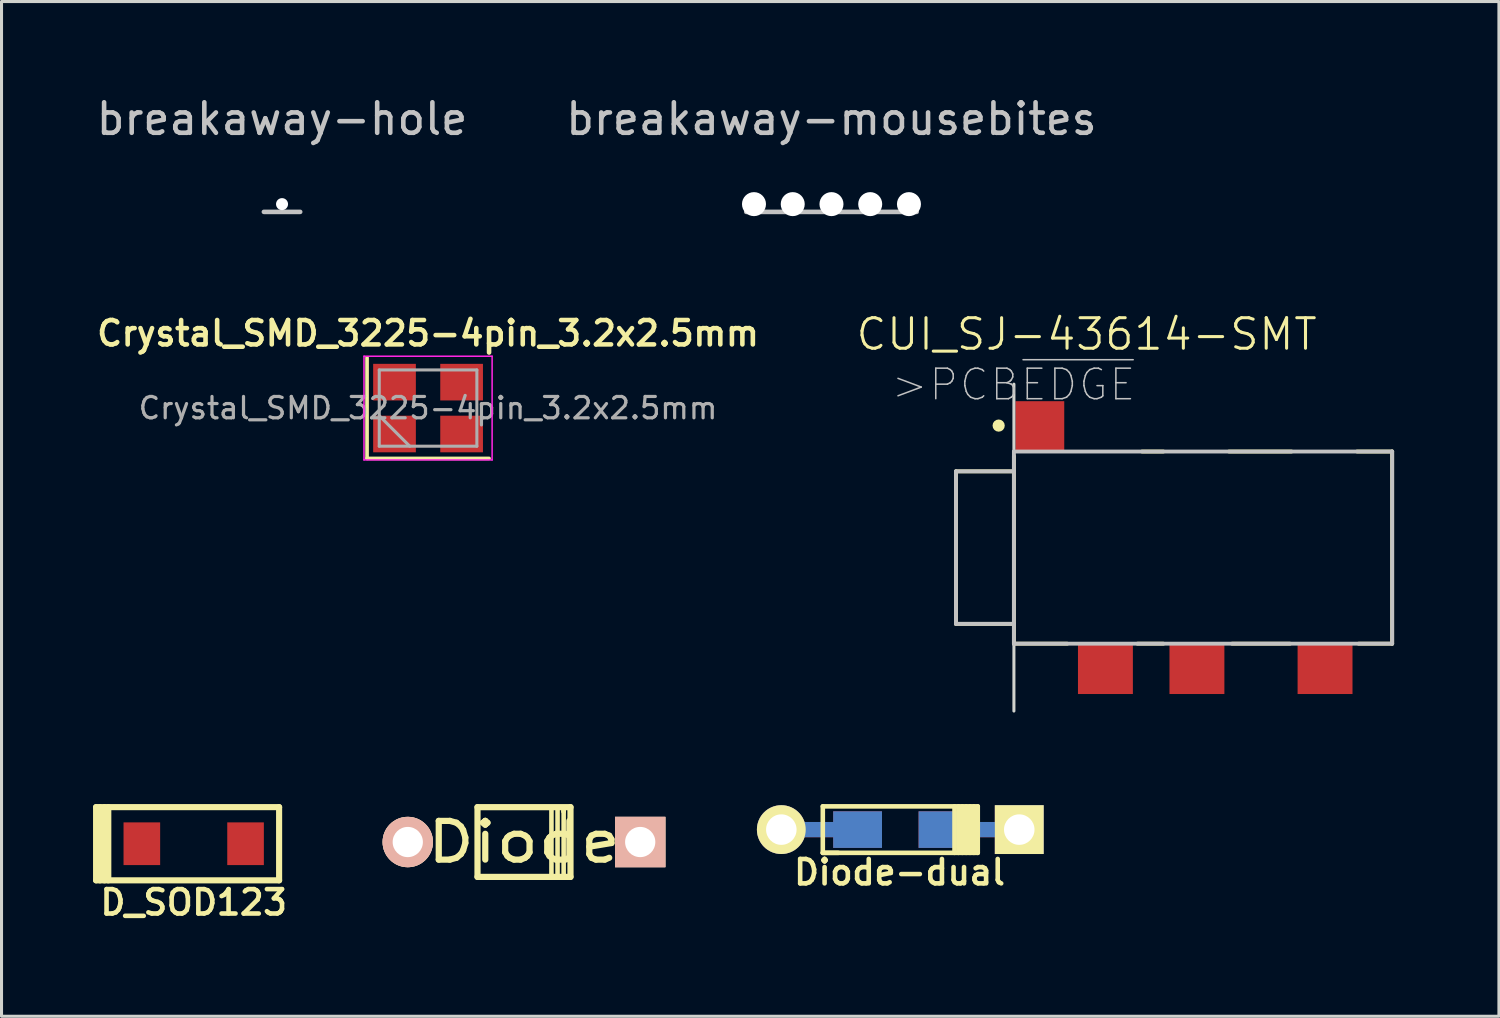
<source format=kicad_pcb>
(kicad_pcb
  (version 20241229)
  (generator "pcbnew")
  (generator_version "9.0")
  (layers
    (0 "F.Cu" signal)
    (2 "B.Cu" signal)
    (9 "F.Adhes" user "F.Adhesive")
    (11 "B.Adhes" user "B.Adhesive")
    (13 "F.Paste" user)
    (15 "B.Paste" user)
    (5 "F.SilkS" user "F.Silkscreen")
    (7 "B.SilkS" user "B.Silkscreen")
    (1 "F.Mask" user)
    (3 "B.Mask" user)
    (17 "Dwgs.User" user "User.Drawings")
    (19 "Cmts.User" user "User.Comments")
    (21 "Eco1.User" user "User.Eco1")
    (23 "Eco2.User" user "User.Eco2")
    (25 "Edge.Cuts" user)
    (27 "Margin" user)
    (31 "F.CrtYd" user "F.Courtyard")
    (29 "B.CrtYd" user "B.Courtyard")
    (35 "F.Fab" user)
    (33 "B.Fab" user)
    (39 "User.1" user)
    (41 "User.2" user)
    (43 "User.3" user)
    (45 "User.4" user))
  (footprint "D_SOD123"
    (layer "F.Cu")
    (at 3.3 24.61)
    (property "Reference" "D_SOD123" (at 0 1.925 0) (layer "F.SilkS") (effects (font (size 0.8 0.8) (thickness 0.15))))
    (attr smd)
    (fp_line (start -3.2 -1.2) (end 2.8 -1.2) (stroke (width 0.2) (type solid)) (layer "F.SilkS"))
    (fp_line (start -3.2 1.2) (end -3.2 -1.2) (stroke (width 0.2) (type solid)) (layer "F.SilkS"))
    (fp_line (start -3.075 1.2) (end -3.075 -1.2) (stroke (width 0.2) (type solid)) (layer "F.SilkS"))
    (fp_line (start -2.925 -1.2) (end -2.925 1.2) (stroke (width 0.2) (type solid)) (layer "F.SilkS"))
    (fp_line (start -2.8 -1.2) (end -2.8 1.2) (stroke (width 0.2) (type solid)) (layer "F.SilkS"))
    (fp_line (start 2.8 -1.2) (end 2.8 1.2) (stroke (width 0.2) (type solid)) (layer "F.SilkS"))
    (fp_line (start 2.8 1.2) (end -3.2 1.2) (stroke (width 0.2) (type solid)) (layer "F.SilkS"))
    (pad "1" smd rect (at -1.7 0) (size 1.2 1.4) (layers "F.Cu" "F.Mask" "F.Paste"))
    (pad "2" smd rect (at 1.7 0) (size 1.2 1.4) (layers "F.Cu" "F.Mask" "F.Paste")))
  (footprint "Crystal_SMD_3225-4pin_3.2x2.5mm"
    (layer "F.Cu")
    (at 10.983 10.328)
    (property "Reference" "Crystal_SMD_3225-4pin_3.2x2.5mm" (at 0 -2.45 0) (layer "F.SilkS") (effects (font (size 0.8 0.8) (thickness 0.15))))
    (attr smd)
    (fp_line (start -2 -1.65) (end -2 1.65) (stroke (width 0.12) (type solid)) (layer "F.SilkS"))
    (fp_line (start -2 1.65) (end 2 1.65) (stroke (width 0.12) (type solid)) (layer "F.SilkS"))
    (fp_line (start -2.1 -1.7) (end -2.1 1.7) (stroke (width 0.05) (type solid)) (layer "F.CrtYd"))
    (fp_line (start -2.1 1.7) (end 2.1 1.7) (stroke (width 0.05) (type solid)) (layer "F.CrtYd"))
    (fp_line (start 2.1 -1.7) (end -2.1 -1.7) (stroke (width 0.05) (type solid)) (layer "F.CrtYd"))
    (fp_line (start 2.1 1.7) (end 2.1 -1.7) (stroke (width 0.05) (type solid)) (layer "F.CrtYd"))
    (fp_line (start -1.6 -1.25) (end -1.6 1.25) (stroke (width 0.1) (type solid)) (layer "F.Fab"))
    (fp_line (start -1.6 0.25) (end -0.6 1.25) (stroke (width 0.1) (type solid)) (layer "F.Fab"))
    (fp_line (start -1.6 1.25) (end 1.6 1.25) (stroke (width 0.1) (type solid)) (layer "F.Fab"))
    (fp_line (start 1.6 -1.25) (end -1.6 -1.25) (stroke (width 0.1) (type solid)) (layer "F.Fab"))
    (fp_line (start 1.6 1.25) (end 1.6 -1.25) (stroke (width 0.1) (type solid)) (layer "F.Fab"))
    (fp_text user "${REFERENCE}" (at 0 0 0) (layer "F.Fab") (effects (font (size 0.7 0.7) (thickness 0.105))))
    (pad "1" smd rect (at -1.1 0.85) (size 1.4 1.2) (layers "F.Cu" "F.Mask" "F.Paste"))
    (pad "2" smd rect (at 1.1 0.85) (size 1.4 1.2) (layers "F.Cu" "F.Mask" "F.Paste"))
    (pad "3" smd rect (at 1.1 -0.85) (size 1.4 1.2) (layers "F.Cu" "F.Mask" "F.Paste"))
    (pad "4" smd rect (at -1.1 -0.85) (size 1.4 1.2) (layers "F.Cu" "F.Mask" "F.Paste")))
  (footprint "CUI_SJ-43614-SMT"
    (layer "F.Cu")
    (at 36.389 14.902)
    (property "Reference" "CUI_SJ-43614-SMT" (at -3.815 -6.994 0) (layer "F.SilkS") (effects (font (size 1.001 1.001) (thickness 0.1))))
    (attr smd)
    (fp_line (start -8.1 -2.5) (end -8.1 2.5) (stroke (width 0.127) (type solid)) (layer "F.SilkS"))
    (fp_line (start -8.1 2.5) (end -6.2 2.5) (stroke (width 0.127) (type solid)) (layer "F.SilkS"))
    (fp_line (start -6.2 -3) (end -6.2 -2.5) (stroke (width 0.127) (type solid)) (layer "F.SilkS"))
    (fp_line (start -6.2 -2.5) (end -8.1 -2.5) (stroke (width 0.127) (type solid)) (layer "F.SilkS"))
    (fp_line (start -6.2 -2.5) (end -6.2 2.5) (stroke (width 0.127) (type solid)) (layer "F.SilkS"))
    (fp_line (start -6.2 2.5) (end -6.2 3.15) (stroke (width 0.127) (type solid)) (layer "F.SilkS"))
    (fp_line (start -6.2 3.15) (end -4.45 3.15) (stroke (width 0.127) (type solid)) (layer "F.SilkS"))
    (fp_line (start -2.15 3.15) (end -1.3 3.15) (stroke (width 0.127) (type solid)) (layer "F.SilkS"))
    (fp_line (start -2 -3.15) (end -1.3 -3.15) (stroke (width 0.127) (type solid)) (layer "F.SilkS"))
    (fp_line (start 0.95 3.15) (end 2.85 3.15) (stroke (width 0.127) (type solid)) (layer "F.SilkS"))
    (fp_line (start 2.9 -3.15) (end 0.85 -3.15) (stroke (width 0.127) (type solid)) (layer "F.SilkS"))
    (fp_line (start 5.05 -3.15) (end 6.2 -3.15) (stroke (width 0.127) (type solid)) (layer "F.SilkS"))
    (fp_line (start 6.2 -3.15) (end 6.2 3.15) (stroke (width 0.127) (type solid)) (layer "F.SilkS"))
    (fp_line (start 6.2 3.15) (end 5.1 3.15) (stroke (width 0.127) (type solid)) (layer "F.SilkS"))
    (fp_circle (center -6.7 -4) (end -6.6 -4) (stroke (width 0.2) (type solid)) (fill no) (layer "F.SilkS"))
    (fp_line (start -8.1 -2.5) (end -8.1 2.5) (stroke (width 0.127) (type solid)) (layer "Dwgs.User"))
    (fp_line (start -8.1 2.5) (end -6.2 2.5) (stroke (width 0.127) (type solid)) (layer "Dwgs.User"))
    (fp_line (start -6.2 -3.15) (end 6.2 -3.15) (stroke (width 0.127) (type solid)) (layer "Dwgs.User"))
    (fp_line (start -6.2 -2.5) (end -8.1 -2.5) (stroke (width 0.127) (type solid)) (layer "Dwgs.User"))
    (fp_line (start -6.2 -2.5) (end -6.2 -3.15) (stroke (width 0.127) (type solid)) (layer "Dwgs.User"))
    (fp_line (start -6.2 2.5) (end -6.2 -2.5) (stroke (width 0.127) (type solid)) (layer "Dwgs.User"))
    (fp_line (start -6.2 3.15) (end -6.2 2.5) (stroke (width 0.127) (type solid)) (layer "Dwgs.User"))
    (fp_line (start 6.2 -3.15) (end 6.2 3.15) (stroke (width 0.127) (type solid)) (layer "Dwgs.User"))
    (fp_line (start 6.2 3.15) (end -6.2 3.15) (stroke (width 0.127) (type solid)) (layer "Dwgs.User"))
    (fp_line (start -8.45 -2.75) (end -8.45 2.75) (stroke (width 0.05) (type solid)) (layer "Eco1.User"))
    (fp_line (start -8.45 -2.75) (end -6.45 -2.75) (stroke (width 0.05) (type solid)) (layer "Eco1.User"))
    (fp_line (start -6.45 -5) (end 5.05 -5) (stroke (width 0.05) (type solid)) (layer "Eco1.User"))
    (fp_line (start -6.45 -2.75) (end -6.45 -5) (stroke (width 0.05) (type solid)) (layer "Eco1.User"))
    (fp_line (start -6.45 2.75) (end -8.45 2.75) (stroke (width 0.05) (type solid)) (layer "Eco1.User"))
    (fp_line (start -6.45 3.5) (end -6.45 2.75) (stroke (width 0.05) (type solid)) (layer "Eco1.User"))
    (fp_line (start -4.2 3.5) (end -6.45 3.5) (stroke (width 0.05) (type solid)) (layer "Eco1.User"))
    (fp_line (start -4.2 5) (end -4.2 3.5) (stroke (width 0.05) (type solid)) (layer "Eco1.User"))
    (fp_line (start 5.05 -5) (end 5.05 -3.5) (stroke (width 0.05) (type solid)) (layer "Eco1.User"))
    (fp_line (start 5.05 -3.5) (end 6.55 -3.5) (stroke (width 0.05) (type solid)) (layer "Eco1.User"))
    (fp_line (start 5.05 3.5) (end 5.05 5) (stroke (width 0.05) (type solid)) (layer "Eco1.User"))
    (fp_line (start 5.05 5) (end -4.2 5) (stroke (width 0.05) (type solid)) (layer "Eco1.User"))
    (fp_line (start 6.55 -3.5) (end 6.55 3.5) (stroke (width 0.05) (type solid)) (layer "Eco1.User"))
    (fp_line (start 6.55 3.5) (end 5.05 3.5) (stroke (width 0.05) (type solid)) (layer "Eco1.User"))
    (fp_line (start -6.2 -3.15) (end -6.2 -5.358) (stroke (width 0.1) (type solid)) (layer "Edge.Cuts"))
    (fp_line (start -6.2 -3.15) (end 1.3 -3.15) (stroke (width 0.0001) (type solid)) (layer "Edge.Cuts"))
    (fp_line (start -6.2 3.15) (end -6.2 5.358) (stroke (width 0.1) (type solid)) (layer "Edge.Cuts"))
    (fp_line (start -6.2 3.15) (end 1.3 3.15) (stroke (width 0.0001) (type solid)) (layer "Edge.Cuts"))
    (fp_line (start 1.3 -3.15) (end 1.3 -3.6) (stroke (width 0.0001) (type solid)) (layer "Edge.Cuts"))
    (fp_line (start 1.3 3.15) (end 1.3 3.6) (stroke (width 0.0001) (type solid)) (layer "Edge.Cuts"))
    (fp_line (start 2.5 -3.15) (end 2.5 -3.6) (stroke (width 0.0001) (type solid)) (layer "Edge.Cuts"))
    (fp_line (start 2.5 -3.15) (end 6.2 -3.15) (stroke (width 0.0001) (type solid)) (layer "Edge.Cuts"))
    (fp_line (start 2.5 3.15) (end 2.5 3.6) (stroke (width 0.0001) (type solid)) (layer "Edge.Cuts"))
    (fp_line (start 6.2 -2.15) (end 6.2 2.15) (stroke (width 0.0001) (type solid)) (layer "Edge.Cuts"))
    (fp_line (start 6.2 3.15) (end 2.5 3.15) (stroke (width 0.0001) (type solid)) (layer "Edge.Cuts"))
    (fp_arc (start 1.3 -3.6) (mid 1.475736 -4.024264) (end 1.9 -4.2) (stroke (width 0.0001) (type solid)) (layer "Edge.Cuts"))
    (fp_arc (start 1.9 -4.2) (mid 2.324264 -4.024264) (end 2.5 -3.6) (stroke (width 0.0001) (type solid)) (layer "Edge.Cuts"))
    (fp_arc (start 1.9 4.2) (mid 1.475736 4.024264) (end 1.3 3.6) (stroke (width 0.0001) (type solid)) (layer "Edge.Cuts"))
    (fp_arc (start 2.5 3.6) (mid 2.324264 4.024264) (end 1.9 4.2) (stroke (width 0.0001) (type solid)) (layer "Edge.Cuts"))
    (fp_arc (start 6.2 -3.15) (mid 6.553553 -3.003553) (end 6.7 -2.65) (stroke (width 0.0001) (type solid)) (layer "Edge.Cuts"))
    (fp_arc (start 6.2 2.15) (mid 6.553553 2.296447) (end 6.7 2.65) (stroke (width 0.0001) (type solid)) (layer "Edge.Cuts"))
    (fp_arc (start 6.7 -2.65) (mid 6.553553 -2.296447) (end 6.2 -2.15) (stroke (width 0.0001) (type solid)) (layer "Edge.Cuts"))
    (fp_arc (start 6.7 2.65) (mid 6.553553 3.003553) (end 6.2 3.15) (stroke (width 0.0001) (type solid)) (layer "Edge.Cuts"))
    (fp_text user ">PCB~{EDGE}" (at -6.214 -5.342 0) (layer "Dwgs.User") (effects (font (size 1 1) (thickness 0.05))))
    (pad "1" smd rect (at -5.35 -3.975 180) (size 1.6 1.65) (layers "F.Cu" "F.Mask" "F.Paste"))
    (pad "2" smd rect (at 4 3.975 180) (size 1.8 1.65) (layers "F.Cu" "F.Mask" "F.Paste"))
    (pad "3" smd rect (at -0.2 3.975 180) (size 1.8 1.65) (layers "F.Cu" "F.Mask" "F.Paste"))
    (pad "4" smd rect (at -3.2 3.975 180) (size 1.8 1.65) (layers "F.Cu" "F.Mask" "F.Paste")))
  (footprint "Diode-dual"
    (layer "F.Cu")
    (at 26.464 24.147)
    (property "Reference" "Diode-dual" (at -0.025 1.4 0) (layer "F.SilkS") (effects (font (size 0.8 0.8) (thickness 0.15))))
    (attr smd)
    (fp_line (start -2.54 -0.762) (end -2.54 0.762) (stroke (width 0.15) (type solid)) (layer "F.SilkS"))
    (fp_line (start -2.54 0.762) (end -2.032 0.762) (stroke (width 0.15) (type solid)) (layer "F.SilkS"))
    (fp_line (start -2.54 0.762) (end 2.54 0.762) (stroke (width 0.15) (type solid)) (layer "F.SilkS"))
    (fp_line (start 1.778 0.762) (end 1.778 -0.762) (stroke (width 0.15) (type solid)) (layer "F.SilkS"))
    (fp_line (start 1.905 0.762) (end 1.905 -0.762) (stroke (width 0.15) (type solid)) (layer "F.SilkS"))
    (fp_line (start 2.032 -0.762) (end 2.032 0.762) (stroke (width 0.15) (type solid)) (layer "F.SilkS"))
    (fp_line (start 2.159 0.762) (end 2.159 -0.762) (stroke (width 0.15) (type solid)) (layer "F.SilkS"))
    (fp_line (start 2.286 -0.762) (end 2.286 0.762) (stroke (width 0.15) (type solid)) (layer "F.SilkS"))
    (fp_line (start 2.413 0.762) (end 2.413 -0.762) (stroke (width 0.15) (type solid)) (layer "F.SilkS"))
    (fp_line (start 2.54 -0.762) (end -2.54 -0.762) (stroke (width 0.15) (type solid)) (layer "F.SilkS"))
    (fp_line (start 2.54 0.762) (end 2.54 -0.762) (stroke (width 0.15) (type solid)) (layer "F.SilkS"))
    (pad "1" smd rect (at 1.4 0) (size 1.6 1.2) (layers "F.Cu" "F.Mask" "F.Paste"))
    (pad "1" smd rect (at 1.4 0) (size 1.6 1.2) (layers "B.Cu" "B.Mask" "B.Paste"))
    (pad "1" smd rect (at 2.5 0) (size 2.9 0.5) (layers "F.Cu"))
    (pad "1" smd rect (at 2.5 0) (size 2.9 0.5) (layers "B.Cu"))
    (pad "1" thru_hole rect (at 3.9 0) (size 1.6 1.6) (drill 1) (layers "*.Cu" "*.Mask" "F.SilkS"))
    (pad "2" thru_hole circle (at -3.9 0) (size 1.6 1.6) (drill 1) (layers "*.Cu" "*.Mask" "F.SilkS"))
    (pad "2" smd rect (at -2.5 0) (size 2.9 0.5) (layers "F.Cu"))
    (pad "2" smd rect (at -2.5 0) (size 2.9 0.5) (layers "B.Cu"))
    (pad "2" smd rect (at -1.4 0) (size 1.6 1.2) (layers "F.Cu" "F.Mask" "F.Paste"))
    (pad "2" smd rect (at -1.4 0) (size 1.6 1.2) (layers "B.Cu" "B.Mask" "B.Paste")))
  (footprint "breakaway-hole"
    (layer "F.Cu")
    (at 6.196 3.896)
    (property "Reference" "breakaway-hole" (at 0 -3.048 0) (layer "Dwgs.User") (effects (font (size 1 1) (thickness 0.15))))
    (attr through_hole)
    (fp_line (start -0.595 0) (end 0.595 0) (stroke (width 0.15) (type solid)) (layer "Dwgs.User"))
    (pad "" np_thru_hole circle (at 0 -0.254) (size 0.394 0.394) (drill 0.394) (layers "*.Cu" "*.Mask")))
  (footprint "breakaway-mousebites"
    (layer "F.Cu")
    (at 24.208 3.896)
    (property "Reference" "breakaway-mousebites" (at 0 -3.048 0) (layer "Dwgs.User") (effects (font (size 1 1) (thickness 0.15))))
    (attr through_hole)
    (fp_line (start -2.794 0) (end 2.794 0) (stroke (width 0.15) (type solid)) (layer "Dwgs.User"))
    (pad "" np_thru_hole circle (at -2.54 -0.254) (size 0.787 0.787) (drill 0.787) (layers "*.Cu" "*.Mask"))
    (pad "" np_thru_hole circle (at -1.27 -0.254) (size 0.787 0.787) (drill 0.787) (layers "*.Cu" "*.Mask"))
    (pad "" np_thru_hole circle (at 0 -0.254) (size 0.787 0.787) (drill 0.787) (layers "*.Cu" "*.Mask"))
    (pad "" np_thru_hole circle (at 1.27 -0.254) (size 0.787 0.787) (drill 0.787) (layers "*.Cu" "*.Mask"))
    (pad "" np_thru_hole circle (at 2.54 -0.254) (size 0.787 0.787) (drill 0.787) (layers "*.Cu" "*.Mask")))
  (footprint "Diode"
    (layer "F.Cu")
    (at 14.128 24.554)
    (property "Reference" "Diode" (at 0 0 0) (layer "F.SilkS") (effects (font (size 1.27 1.524) (thickness 0.203))))
    (attr through_hole)
    (fp_line (start -1.524 -1.143) (end 1.524 -1.143) (stroke (width 0.203) (type solid)) (layer "F.SilkS"))
    (fp_line (start -1.524 1.143) (end -1.524 -1.143) (stroke (width 0.203) (type solid)) (layer "F.SilkS"))
    (fp_line (start 0.9 1.1) (end 0.9 -1.1) (stroke (width 0.15) (type solid)) (layer "F.SilkS"))
    (fp_line (start 1.1 -1.1) (end 1.1 1.1) (stroke (width 0.15) (type solid)) (layer "F.SilkS"))
    (fp_line (start 1.3 -1.1) (end 1.3 -1) (stroke (width 0.15) (type solid)) (layer "F.SilkS"))
    (fp_line (start 1.3 -1) (end 1.3 -1.1) (stroke (width 0.15) (type solid)) (layer "F.SilkS"))
    (fp_line (start 1.3 1.1) (end 1.3 -1) (stroke (width 0.15) (type solid)) (layer "F.SilkS"))
    (fp_line (start 1.524 -1.143) (end 1.524 1.143) (stroke (width 0.203) (type solid)) (layer "F.SilkS"))
    (fp_line (start 1.524 1.143) (end -1.524 1.143) (stroke (width 0.203) (type solid)) (layer "F.SilkS"))
    (pad "1" thru_hole circle (at -3.81 0) (size 1.651 1.651) (drill 0.991) (layers "*.Cu" "*.SilkS" "*.Mask"))
    (pad "2" thru_hole rect (at 3.81 0) (size 1.651 1.651) (drill 0.991) (layers "*.Cu" "*.SilkS" "*.Mask")))
  (gr_rect
    (start -3 -3)
    (end 46.089 30.266)
    (stroke (width 0.1) (type default))
    (fill no)
    (layer "Edge.Cuts")))
</source>
